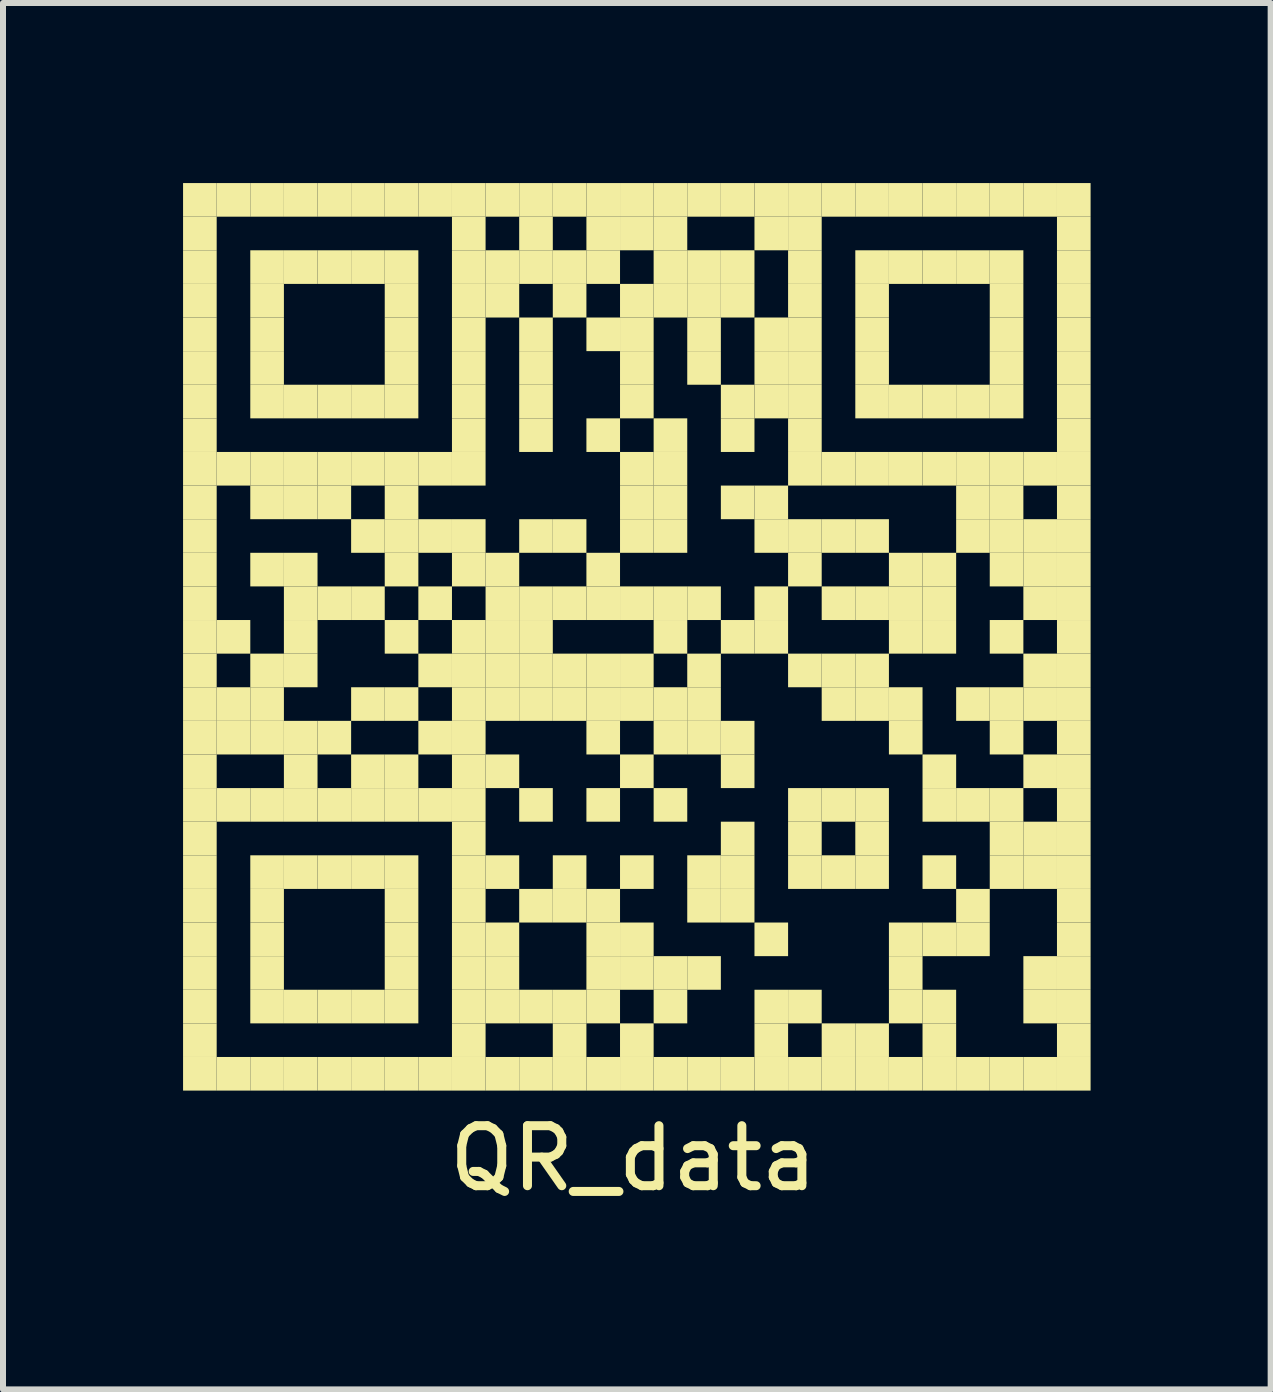
<source format=kicad_pcb>
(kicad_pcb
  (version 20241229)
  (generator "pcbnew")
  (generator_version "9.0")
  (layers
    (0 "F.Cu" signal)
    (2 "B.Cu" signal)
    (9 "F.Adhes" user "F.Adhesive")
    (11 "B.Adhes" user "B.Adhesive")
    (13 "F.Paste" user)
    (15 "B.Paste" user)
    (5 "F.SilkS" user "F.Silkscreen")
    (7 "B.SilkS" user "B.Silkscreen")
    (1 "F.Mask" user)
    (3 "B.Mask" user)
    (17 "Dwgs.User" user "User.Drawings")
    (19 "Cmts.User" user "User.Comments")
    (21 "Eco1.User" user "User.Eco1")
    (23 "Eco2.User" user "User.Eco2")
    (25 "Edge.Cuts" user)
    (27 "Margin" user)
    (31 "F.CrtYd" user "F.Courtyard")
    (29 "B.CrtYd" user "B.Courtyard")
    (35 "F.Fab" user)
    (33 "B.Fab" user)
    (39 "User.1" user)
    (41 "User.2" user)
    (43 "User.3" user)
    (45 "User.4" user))
  (footprint "QR_data"
    (layer "F.Cu")
    (at 7.5 7.5)
    (property "Reference" "QR_data" (at 0 8.75 0) (layer "F.SilkS") (effects (font (size 1 1) (thickness 0.15))))
    (attr exclude_from_pos_files exclude_from_bom)
    (fp_poly (pts (xy -7.5 -7.5) (xy -7.5 -6.94) (xy -6.94 -6.94) (xy -6.94 -7.5)) (stroke (width 0) (type solid)) (fill yes) (layer "F.SilkS"))
    (fp_poly (pts (xy -7.5 -6.94) (xy -7.5 -6.38) (xy -6.94 -6.38) (xy -6.94 -6.94)) (stroke (width 0) (type solid)) (fill yes) (layer "F.SilkS"))
    (fp_poly (pts (xy -7.5 -6.38) (xy -7.5 -5.82) (xy -6.94 -5.82) (xy -6.94 -6.38)) (stroke (width 0) (type solid)) (fill yes) (layer "F.SilkS"))
    (fp_poly (pts (xy -7.5 -5.82) (xy -7.5 -5.26) (xy -6.94 -5.26) (xy -6.94 -5.82)) (stroke (width 0) (type solid)) (fill yes) (layer "F.SilkS"))
    (fp_poly (pts (xy -7.5 -5.26) (xy -7.5 -4.7) (xy -6.94 -4.7) (xy -6.94 -5.26)) (stroke (width 0) (type solid)) (fill yes) (layer "F.SilkS"))
    (fp_poly (pts (xy -7.5 -4.7) (xy -7.5 -4.14) (xy -6.94 -4.14) (xy -6.94 -4.7)) (stroke (width 0) (type solid)) (fill yes) (layer "F.SilkS"))
    (fp_poly (pts (xy -7.5 -4.14) (xy -7.5 -3.58) (xy -6.94 -3.58) (xy -6.94 -4.14)) (stroke (width 0) (type solid)) (fill yes) (layer "F.SilkS"))
    (fp_poly (pts (xy -7.5 -3.58) (xy -7.5 -3.02) (xy -6.94 -3.02) (xy -6.94 -3.58)) (stroke (width 0) (type solid)) (fill yes) (layer "F.SilkS"))
    (fp_poly (pts (xy -7.5 -3.02) (xy -7.5 -2.46) (xy -6.94 -2.46) (xy -6.94 -3.02)) (stroke (width 0) (type solid)) (fill yes) (layer "F.SilkS"))
    (fp_poly (pts (xy -7.5 -2.46) (xy -7.5 -1.9) (xy -6.94 -1.9) (xy -6.94 -2.46)) (stroke (width 0) (type solid)) (fill yes) (layer "F.SilkS"))
    (fp_poly (pts (xy -7.5 -1.9) (xy -7.5 -1.34) (xy -6.94 -1.34) (xy -6.94 -1.9)) (stroke (width 0) (type solid)) (fill yes) (layer "F.SilkS"))
    (fp_poly (pts (xy -7.5 -1.34) (xy -7.5 -0.78) (xy -6.94 -0.78) (xy -6.94 -1.34)) (stroke (width 0) (type solid)) (fill yes) (layer "F.SilkS"))
    (fp_poly (pts (xy -7.5 -0.78) (xy -7.5 -0.22) (xy -6.94 -0.22) (xy -6.94 -0.78)) (stroke (width 0) (type solid)) (fill yes) (layer "F.SilkS"))
    (fp_poly (pts (xy -7.5 -0.22) (xy -7.5 0.34) (xy -6.94 0.34) (xy -6.94 -0.22)) (stroke (width 0) (type solid)) (fill yes) (layer "F.SilkS"))
    (fp_poly (pts (xy -7.5 0.34) (xy -7.5 0.9) (xy -6.94 0.9) (xy -6.94 0.34)) (stroke (width 0) (type solid)) (fill yes) (layer "F.SilkS"))
    (fp_poly (pts (xy -7.5 0.9) (xy -7.5 1.46) (xy -6.94 1.46) (xy -6.94 0.9)) (stroke (width 0) (type solid)) (fill yes) (layer "F.SilkS"))
    (fp_poly (pts (xy -7.5 1.46) (xy -7.5 2.02) (xy -6.94 2.02) (xy -6.94 1.46)) (stroke (width 0) (type solid)) (fill yes) (layer "F.SilkS"))
    (fp_poly (pts (xy -7.5 2.02) (xy -7.5 2.58) (xy -6.94 2.58) (xy -6.94 2.02)) (stroke (width 0) (type solid)) (fill yes) (layer "F.SilkS"))
    (fp_poly (pts (xy -7.5 2.58) (xy -7.5 3.14) (xy -6.94 3.14) (xy -6.94 2.58)) (stroke (width 0) (type solid)) (fill yes) (layer "F.SilkS"))
    (fp_poly (pts (xy -7.5 3.14) (xy -7.5 3.7) (xy -6.94 3.7) (xy -6.94 3.14)) (stroke (width 0) (type solid)) (fill yes) (layer "F.SilkS"))
    (fp_poly (pts (xy -7.5 3.7) (xy -7.5 4.26) (xy -6.94 4.26) (xy -6.94 3.7)) (stroke (width 0) (type solid)) (fill yes) (layer "F.SilkS"))
    (fp_poly (pts (xy -7.5 4.26) (xy -7.5 4.82) (xy -6.94 4.82) (xy -6.94 4.26)) (stroke (width 0) (type solid)) (fill yes) (layer "F.SilkS"))
    (fp_poly (pts (xy -7.5 4.82) (xy -7.5 5.38) (xy -6.94 5.38) (xy -6.94 4.82)) (stroke (width 0) (type solid)) (fill yes) (layer "F.SilkS"))
    (fp_poly (pts (xy -7.5 5.38) (xy -7.5 5.94) (xy -6.94 5.94) (xy -6.94 5.38)) (stroke (width 0) (type solid)) (fill yes) (layer "F.SilkS"))
    (fp_poly (pts (xy -7.5 5.94) (xy -7.5 6.5) (xy -6.94 6.5) (xy -6.94 5.94)) (stroke (width 0) (type solid)) (fill yes) (layer "F.SilkS"))
    (fp_poly (pts (xy -7.5 6.5) (xy -7.5 7.06) (xy -6.94 7.06) (xy -6.94 6.5)) (stroke (width 0) (type solid)) (fill yes) (layer "F.SilkS"))
    (fp_poly (pts (xy -7.5 7.06) (xy -7.5 7.62) (xy -6.94 7.62) (xy -6.94 7.06)) (stroke (width 0) (type solid)) (fill yes) (layer "F.SilkS"))
    (fp_poly (pts (xy -6.94 -7.5) (xy -6.94 -6.94) (xy -6.38 -6.94) (xy -6.38 -7.5)) (stroke (width 0) (type solid)) (fill yes) (layer "F.SilkS"))
    (fp_poly (pts (xy -6.94 -3.02) (xy -6.94 -2.46) (xy -6.38 -2.46) (xy -6.38 -3.02)) (stroke (width 0) (type solid)) (fill yes) (layer "F.SilkS"))
    (fp_poly (pts (xy -6.94 -0.22) (xy -6.94 0.34) (xy -6.38 0.34) (xy -6.38 -0.22)) (stroke (width 0) (type solid)) (fill yes) (layer "F.SilkS"))
    (fp_poly (pts (xy -6.94 0.9) (xy -6.94 1.46) (xy -6.38 1.46) (xy -6.38 0.9)) (stroke (width 0) (type solid)) (fill yes) (layer "F.SilkS"))
    (fp_poly (pts (xy -6.94 1.46) (xy -6.94 2.02) (xy -6.38 2.02) (xy -6.38 1.46)) (stroke (width 0) (type solid)) (fill yes) (layer "F.SilkS"))
    (fp_poly (pts (xy -6.94 2.58) (xy -6.94 3.14) (xy -6.38 3.14) (xy -6.38 2.58)) (stroke (width 0) (type solid)) (fill yes) (layer "F.SilkS"))
    (fp_poly (pts (xy -6.94 7.06) (xy -6.94 7.62) (xy -6.38 7.62) (xy -6.38 7.06)) (stroke (width 0) (type solid)) (fill yes) (layer "F.SilkS"))
    (fp_poly (pts (xy -6.38 -7.5) (xy -6.38 -6.94) (xy -5.82 -6.94) (xy -5.82 -7.5)) (stroke (width 0) (type solid)) (fill yes) (layer "F.SilkS"))
    (fp_poly (pts (xy -6.38 -6.38) (xy -6.38 -5.82) (xy -5.82 -5.82) (xy -5.82 -6.38)) (stroke (width 0) (type solid)) (fill yes) (layer "F.SilkS"))
    (fp_poly (pts (xy -6.38 -5.82) (xy -6.38 -5.26) (xy -5.82 -5.26) (xy -5.82 -5.82)) (stroke (width 0) (type solid)) (fill yes) (layer "F.SilkS"))
    (fp_poly (pts (xy -6.38 -5.26) (xy -6.38 -4.7) (xy -5.82 -4.7) (xy -5.82 -5.26)) (stroke (width 0) (type solid)) (fill yes) (layer "F.SilkS"))
    (fp_poly (pts (xy -6.38 -4.7) (xy -6.38 -4.14) (xy -5.82 -4.14) (xy -5.82 -4.7)) (stroke (width 0) (type solid)) (fill yes) (layer "F.SilkS"))
    (fp_poly (pts (xy -6.38 -4.14) (xy -6.38 -3.58) (xy -5.82 -3.58) (xy -5.82 -4.14)) (stroke (width 0) (type solid)) (fill yes) (layer "F.SilkS"))
    (fp_poly (pts (xy -6.38 -3.02) (xy -6.38 -2.46) (xy -5.82 -2.46) (xy -5.82 -3.02)) (stroke (width 0) (type solid)) (fill yes) (layer "F.SilkS"))
    (fp_poly (pts (xy -6.38 -2.46) (xy -6.38 -1.9) (xy -5.82 -1.9) (xy -5.82 -2.46)) (stroke (width 0) (type solid)) (fill yes) (layer "F.SilkS"))
    (fp_poly (pts (xy -6.38 -1.34) (xy -6.38 -0.78) (xy -5.82 -0.78) (xy -5.82 -1.34)) (stroke (width 0) (type solid)) (fill yes) (layer "F.SilkS"))
    (fp_poly (pts (xy -6.38 0.34) (xy -6.38 0.9) (xy -5.82 0.9) (xy -5.82 0.34)) (stroke (width 0) (type solid)) (fill yes) (layer "F.SilkS"))
    (fp_poly (pts (xy -6.38 0.9) (xy -6.38 1.46) (xy -5.82 1.46) (xy -5.82 0.9)) (stroke (width 0) (type solid)) (fill yes) (layer "F.SilkS"))
    (fp_poly (pts (xy -6.38 1.46) (xy -6.38 2.02) (xy -5.82 2.02) (xy -5.82 1.46)) (stroke (width 0) (type solid)) (fill yes) (layer "F.SilkS"))
    (fp_poly (pts (xy -6.38 2.58) (xy -6.38 3.14) (xy -5.82 3.14) (xy -5.82 2.58)) (stroke (width 0) (type solid)) (fill yes) (layer "F.SilkS"))
    (fp_poly (pts (xy -6.38 3.7) (xy -6.38 4.26) (xy -5.82 4.26) (xy -5.82 3.7)) (stroke (width 0) (type solid)) (fill yes) (layer "F.SilkS"))
    (fp_poly (pts (xy -6.38 4.26) (xy -6.38 4.82) (xy -5.82 4.82) (xy -5.82 4.26)) (stroke (width 0) (type solid)) (fill yes) (layer "F.SilkS"))
    (fp_poly (pts (xy -6.38 4.82) (xy -6.38 5.38) (xy -5.82 5.38) (xy -5.82 4.82)) (stroke (width 0) (type solid)) (fill yes) (layer "F.SilkS"))
    (fp_poly (pts (xy -6.38 5.38) (xy -6.38 5.94) (xy -5.82 5.94) (xy -5.82 5.38)) (stroke (width 0) (type solid)) (fill yes) (layer "F.SilkS"))
    (fp_poly (pts (xy -6.38 5.94) (xy -6.38 6.5) (xy -5.82 6.5) (xy -5.82 5.94)) (stroke (width 0) (type solid)) (fill yes) (layer "F.SilkS"))
    (fp_poly (pts (xy -6.38 7.06) (xy -6.38 7.62) (xy -5.82 7.62) (xy -5.82 7.06)) (stroke (width 0) (type solid)) (fill yes) (layer "F.SilkS"))
    (fp_poly (pts (xy -5.82 -7.5) (xy -5.82 -6.94) (xy -5.26 -6.94) (xy -5.26 -7.5)) (stroke (width 0) (type solid)) (fill yes) (layer "F.SilkS"))
    (fp_poly (pts (xy -5.82 -6.38) (xy -5.82 -5.82) (xy -5.26 -5.82) (xy -5.26 -6.38)) (stroke (width 0) (type solid)) (fill yes) (layer "F.SilkS"))
    (fp_poly (pts (xy -5.82 -4.14) (xy -5.82 -3.58) (xy -5.26 -3.58) (xy -5.26 -4.14)) (stroke (width 0) (type solid)) (fill yes) (layer "F.SilkS"))
    (fp_poly (pts (xy -5.82 -3.02) (xy -5.82 -2.46) (xy -5.26 -2.46) (xy -5.26 -3.02)) (stroke (width 0) (type solid)) (fill yes) (layer "F.SilkS"))
    (fp_poly (pts (xy -5.82 -2.46) (xy -5.82 -1.9) (xy -5.26 -1.9) (xy -5.26 -2.46)) (stroke (width 0) (type solid)) (fill yes) (layer "F.SilkS"))
    (fp_poly (pts (xy -5.82 -1.34) (xy -5.82 -0.78) (xy -5.26 -0.78) (xy -5.26 -1.34)) (stroke (width 0) (type solid)) (fill yes) (layer "F.SilkS"))
    (fp_poly (pts (xy -5.82 -0.78) (xy -5.82 -0.22) (xy -5.26 -0.22) (xy -5.26 -0.78)) (stroke (width 0) (type solid)) (fill yes) (layer "F.SilkS"))
    (fp_poly (pts (xy -5.82 -0.22) (xy -5.82 0.34) (xy -5.26 0.34) (xy -5.26 -0.22)) (stroke (width 0) (type solid)) (fill yes) (layer "F.SilkS"))
    (fp_poly (pts (xy -5.82 0.34) (xy -5.82 0.9) (xy -5.26 0.9) (xy -5.26 0.34)) (stroke (width 0) (type solid)) (fill yes) (layer "F.SilkS"))
    (fp_poly (pts (xy -5.82 1.46) (xy -5.82 2.02) (xy -5.26 2.02) (xy -5.26 1.46)) (stroke (width 0) (type solid)) (fill yes) (layer "F.SilkS"))
    (fp_poly (pts (xy -5.82 2.02) (xy -5.82 2.58) (xy -5.26 2.58) (xy -5.26 2.02)) (stroke (width 0) (type solid)) (fill yes) (layer "F.SilkS"))
    (fp_poly (pts (xy -5.82 2.58) (xy -5.82 3.14) (xy -5.26 3.14) (xy -5.26 2.58)) (stroke (width 0) (type solid)) (fill yes) (layer "F.SilkS"))
    (fp_poly (pts (xy -5.82 3.7) (xy -5.82 4.26) (xy -5.26 4.26) (xy -5.26 3.7)) (stroke (width 0) (type solid)) (fill yes) (layer "F.SilkS"))
    (fp_poly (pts (xy -5.82 5.94) (xy -5.82 6.5) (xy -5.26 6.5) (xy -5.26 5.94)) (stroke (width 0) (type solid)) (fill yes) (layer "F.SilkS"))
    (fp_poly (pts (xy -5.82 7.06) (xy -5.82 7.62) (xy -5.26 7.62) (xy -5.26 7.06)) (stroke (width 0) (type solid)) (fill yes) (layer "F.SilkS"))
    (fp_poly (pts (xy -5.26 -7.5) (xy -5.26 -6.94) (xy -4.7 -6.94) (xy -4.7 -7.5)) (stroke (width 0) (type solid)) (fill yes) (layer "F.SilkS"))
    (fp_poly (pts (xy -5.26 -6.38) (xy -5.26 -5.82) (xy -4.7 -5.82) (xy -4.7 -6.38)) (stroke (width 0) (type solid)) (fill yes) (layer "F.SilkS"))
    (fp_poly (pts (xy -5.26 -4.14) (xy -5.26 -3.58) (xy -4.7 -3.58) (xy -4.7 -4.14)) (stroke (width 0) (type solid)) (fill yes) (layer "F.SilkS"))
    (fp_poly (pts (xy -5.26 -3.02) (xy -5.26 -2.46) (xy -4.7 -2.46) (xy -4.7 -3.02)) (stroke (width 0) (type solid)) (fill yes) (layer "F.SilkS"))
    (fp_poly (pts (xy -5.26 -2.46) (xy -5.26 -1.9) (xy -4.7 -1.9) (xy -4.7 -2.46)) (stroke (width 0) (type solid)) (fill yes) (layer "F.SilkS"))
    (fp_poly (pts (xy -5.26 -0.78) (xy -5.26 -0.22) (xy -4.7 -0.22) (xy -4.7 -0.78)) (stroke (width 0) (type solid)) (fill yes) (layer "F.SilkS"))
    (fp_poly (pts (xy -5.26 1.46) (xy -5.26 2.02) (xy -4.7 2.02) (xy -4.7 1.46)) (stroke (width 0) (type solid)) (fill yes) (layer "F.SilkS"))
    (fp_poly (pts (xy -5.26 2.58) (xy -5.26 3.14) (xy -4.7 3.14) (xy -4.7 2.58)) (stroke (width 0) (type solid)) (fill yes) (layer "F.SilkS"))
    (fp_poly (pts (xy -5.26 3.7) (xy -5.26 4.26) (xy -4.7 4.26) (xy -4.7 3.7)) (stroke (width 0) (type solid)) (fill yes) (layer "F.SilkS"))
    (fp_poly (pts (xy -5.26 5.94) (xy -5.26 6.5) (xy -4.7 6.5) (xy -4.7 5.94)) (stroke (width 0) (type solid)) (fill yes) (layer "F.SilkS"))
    (fp_poly (pts (xy -5.26 7.06) (xy -5.26 7.62) (xy -4.7 7.62) (xy -4.7 7.06)) (stroke (width 0) (type solid)) (fill yes) (layer "F.SilkS"))
    (fp_poly (pts (xy -4.7 -7.5) (xy -4.7 -6.94) (xy -4.14 -6.94) (xy -4.14 -7.5)) (stroke (width 0) (type solid)) (fill yes) (layer "F.SilkS"))
    (fp_poly (pts (xy -4.7 -6.38) (xy -4.7 -5.82) (xy -4.14 -5.82) (xy -4.14 -6.38)) (stroke (width 0) (type solid)) (fill yes) (layer "F.SilkS"))
    (fp_poly (pts (xy -4.7 -4.14) (xy -4.7 -3.58) (xy -4.14 -3.58) (xy -4.14 -4.14)) (stroke (width 0) (type solid)) (fill yes) (layer "F.SilkS"))
    (fp_poly (pts (xy -4.7 -3.02) (xy -4.7 -2.46) (xy -4.14 -2.46) (xy -4.14 -3.02)) (stroke (width 0) (type solid)) (fill yes) (layer "F.SilkS"))
    (fp_poly (pts (xy -4.7 -1.9) (xy -4.7 -1.34) (xy -4.14 -1.34) (xy -4.14 -1.9)) (stroke (width 0) (type solid)) (fill yes) (layer "F.SilkS"))
    (fp_poly (pts (xy -4.7 -0.78) (xy -4.7 -0.22) (xy -4.14 -0.22) (xy -4.14 -0.78)) (stroke (width 0) (type solid)) (fill yes) (layer "F.SilkS"))
    (fp_poly (pts (xy -4.7 0.9) (xy -4.7 1.46) (xy -4.14 1.46) (xy -4.14 0.9)) (stroke (width 0) (type solid)) (fill yes) (layer "F.SilkS"))
    (fp_poly (pts (xy -4.7 2.02) (xy -4.7 2.58) (xy -4.14 2.58) (xy -4.14 2.02)) (stroke (width 0) (type solid)) (fill yes) (layer "F.SilkS"))
    (fp_poly (pts (xy -4.7 2.58) (xy -4.7 3.14) (xy -4.14 3.14) (xy -4.14 2.58)) (stroke (width 0) (type solid)) (fill yes) (layer "F.SilkS"))
    (fp_poly (pts (xy -4.7 3.7) (xy -4.7 4.26) (xy -4.14 4.26) (xy -4.14 3.7)) (stroke (width 0) (type solid)) (fill yes) (layer "F.SilkS"))
    (fp_poly (pts (xy -4.7 5.94) (xy -4.7 6.5) (xy -4.14 6.5) (xy -4.14 5.94)) (stroke (width 0) (type solid)) (fill yes) (layer "F.SilkS"))
    (fp_poly (pts (xy -4.7 7.06) (xy -4.7 7.62) (xy -4.14 7.62) (xy -4.14 7.06)) (stroke (width 0) (type solid)) (fill yes) (layer "F.SilkS"))
    (fp_poly (pts (xy -4.14 -7.5) (xy -4.14 -6.94) (xy -3.58 -6.94) (xy -3.58 -7.5)) (stroke (width 0) (type solid)) (fill yes) (layer "F.SilkS"))
    (fp_poly (pts (xy -4.14 -6.38) (xy -4.14 -5.82) (xy -3.58 -5.82) (xy -3.58 -6.38)) (stroke (width 0) (type solid)) (fill yes) (layer "F.SilkS"))
    (fp_poly (pts (xy -4.14 -5.82) (xy -4.14 -5.26) (xy -3.58 -5.26) (xy -3.58 -5.82)) (stroke (width 0) (type solid)) (fill yes) (layer "F.SilkS"))
    (fp_poly (pts (xy -4.14 -5.26) (xy -4.14 -4.7) (xy -3.58 -4.7) (xy -3.58 -5.26)) (stroke (width 0) (type solid)) (fill yes) (layer "F.SilkS"))
    (fp_poly (pts (xy -4.14 -4.7) (xy -4.14 -4.14) (xy -3.58 -4.14) (xy -3.58 -4.7)) (stroke (width 0) (type solid)) (fill yes) (layer "F.SilkS"))
    (fp_poly (pts (xy -4.14 -4.14) (xy -4.14 -3.58) (xy -3.58 -3.58) (xy -3.58 -4.14)) (stroke (width 0) (type solid)) (fill yes) (layer "F.SilkS"))
    (fp_poly (pts (xy -4.14 -3.02) (xy -4.14 -2.46) (xy -3.58 -2.46) (xy -3.58 -3.02)) (stroke (width 0) (type solid)) (fill yes) (layer "F.SilkS"))
    (fp_poly (pts (xy -4.14 -2.46) (xy -4.14 -1.9) (xy -3.58 -1.9) (xy -3.58 -2.46)) (stroke (width 0) (type solid)) (fill yes) (layer "F.SilkS"))
    (fp_poly (pts (xy -4.14 -1.9) (xy -4.14 -1.34) (xy -3.58 -1.34) (xy -3.58 -1.9)) (stroke (width 0) (type solid)) (fill yes) (layer "F.SilkS"))
    (fp_poly (pts (xy -4.14 -1.34) (xy -4.14 -0.78) (xy -3.58 -0.78) (xy -3.58 -1.34)) (stroke (width 0) (type solid)) (fill yes) (layer "F.SilkS"))
    (fp_poly (pts (xy -4.14 -0.22) (xy -4.14 0.34) (xy -3.58 0.34) (xy -3.58 -0.22)) (stroke (width 0) (type solid)) (fill yes) (layer "F.SilkS"))
    (fp_poly (pts (xy -4.14 0.9) (xy -4.14 1.46) (xy -3.58 1.46) (xy -3.58 0.9)) (stroke (width 0) (type solid)) (fill yes) (layer "F.SilkS"))
    (fp_poly (pts (xy -4.14 2.02) (xy -4.14 2.58) (xy -3.58 2.58) (xy -3.58 2.02)) (stroke (width 0) (type solid)) (fill yes) (layer "F.SilkS"))
    (fp_poly (pts (xy -4.14 2.58) (xy -4.14 3.14) (xy -3.58 3.14) (xy -3.58 2.58)) (stroke (width 0) (type solid)) (fill yes) (layer "F.SilkS"))
    (fp_poly (pts (xy -4.14 3.7) (xy -4.14 4.26) (xy -3.58 4.26) (xy -3.58 3.7)) (stroke (width 0) (type solid)) (fill yes) (layer "F.SilkS"))
    (fp_poly (pts (xy -4.14 4.26) (xy -4.14 4.82) (xy -3.58 4.82) (xy -3.58 4.26)) (stroke (width 0) (type solid)) (fill yes) (layer "F.SilkS"))
    (fp_poly (pts (xy -4.14 4.82) (xy -4.14 5.38) (xy -3.58 5.38) (xy -3.58 4.82)) (stroke (width 0) (type solid)) (fill yes) (layer "F.SilkS"))
    (fp_poly (pts (xy -4.14 5.38) (xy -4.14 5.94) (xy -3.58 5.94) (xy -3.58 5.38)) (stroke (width 0) (type solid)) (fill yes) (layer "F.SilkS"))
    (fp_poly (pts (xy -4.14 5.94) (xy -4.14 6.5) (xy -3.58 6.5) (xy -3.58 5.94)) (stroke (width 0) (type solid)) (fill yes) (layer "F.SilkS"))
    (fp_poly (pts (xy -4.14 7.06) (xy -4.14 7.62) (xy -3.58 7.62) (xy -3.58 7.06)) (stroke (width 0) (type solid)) (fill yes) (layer "F.SilkS"))
    (fp_poly (pts (xy -3.58 -7.5) (xy -3.58 -6.94) (xy -3.02 -6.94) (xy -3.02 -7.5)) (stroke (width 0) (type solid)) (fill yes) (layer "F.SilkS"))
    (fp_poly (pts (xy -3.58 -3.02) (xy -3.58 -2.46) (xy -3.02 -2.46) (xy -3.02 -3.02)) (stroke (width 0) (type solid)) (fill yes) (layer "F.SilkS"))
    (fp_poly (pts (xy -3.58 -1.9) (xy -3.58 -1.34) (xy -3.02 -1.34) (xy -3.02 -1.9)) (stroke (width 0) (type solid)) (fill yes) (layer "F.SilkS"))
    (fp_poly (pts (xy -3.58 -0.78) (xy -3.58 -0.22) (xy -3.02 -0.22) (xy -3.02 -0.78)) (stroke (width 0) (type solid)) (fill yes) (layer "F.SilkS"))
    (fp_poly (pts (xy -3.58 0.34) (xy -3.58 0.9) (xy -3.02 0.9) (xy -3.02 0.34)) (stroke (width 0) (type solid)) (fill yes) (layer "F.SilkS"))
    (fp_poly (pts (xy -3.58 1.46) (xy -3.58 2.02) (xy -3.02 2.02) (xy -3.02 1.46)) (stroke (width 0) (type solid)) (fill yes) (layer "F.SilkS"))
    (fp_poly (pts (xy -3.58 2.58) (xy -3.58 3.14) (xy -3.02 3.14) (xy -3.02 2.58)) (stroke (width 0) (type solid)) (fill yes) (layer "F.SilkS"))
    (fp_poly (pts (xy -3.58 7.06) (xy -3.58 7.62) (xy -3.02 7.62) (xy -3.02 7.06)) (stroke (width 0) (type solid)) (fill yes) (layer "F.SilkS"))
    (fp_poly (pts (xy -3.02 -7.5) (xy -3.02 -6.94) (xy -2.46 -6.94) (xy -2.46 -7.5)) (stroke (width 0) (type solid)) (fill yes) (layer "F.SilkS"))
    (fp_poly (pts (xy -3.02 -6.94) (xy -3.02 -6.38) (xy -2.46 -6.38) (xy -2.46 -6.94)) (stroke (width 0) (type solid)) (fill yes) (layer "F.SilkS"))
    (fp_poly (pts (xy -3.02 -6.38) (xy -3.02 -5.82) (xy -2.46 -5.82) (xy -2.46 -6.38)) (stroke (width 0) (type solid)) (fill yes) (layer "F.SilkS"))
    (fp_poly (pts (xy -3.02 -5.82) (xy -3.02 -5.26) (xy -2.46 -5.26) (xy -2.46 -5.82)) (stroke (width 0) (type solid)) (fill yes) (layer "F.SilkS"))
    (fp_poly (pts (xy -3.02 -5.26) (xy -3.02 -4.7) (xy -2.46 -4.7) (xy -2.46 -5.26)) (stroke (width 0) (type solid)) (fill yes) (layer "F.SilkS"))
    (fp_poly (pts (xy -3.02 -4.7) (xy -3.02 -4.14) (xy -2.46 -4.14) (xy -2.46 -4.7)) (stroke (width 0) (type solid)) (fill yes) (layer "F.SilkS"))
    (fp_poly (pts (xy -3.02 -4.14) (xy -3.02 -3.58) (xy -2.46 -3.58) (xy -2.46 -4.14)) (stroke (width 0) (type solid)) (fill yes) (layer "F.SilkS"))
    (fp_poly (pts (xy -3.02 -3.58) (xy -3.02 -3.02) (xy -2.46 -3.02) (xy -2.46 -3.58)) (stroke (width 0) (type solid)) (fill yes) (layer "F.SilkS"))
    (fp_poly (pts (xy -3.02 -3.02) (xy -3.02 -2.46) (xy -2.46 -2.46) (xy -2.46 -3.02)) (stroke (width 0) (type solid)) (fill yes) (layer "F.SilkS"))
    (fp_poly (pts (xy -3.02 -1.9) (xy -3.02 -1.34) (xy -2.46 -1.34) (xy -2.46 -1.9)) (stroke (width 0) (type solid)) (fill yes) (layer "F.SilkS"))
    (fp_poly (pts (xy -3.02 -1.34) (xy -3.02 -0.78) (xy -2.46 -0.78) (xy -2.46 -1.34)) (stroke (width 0) (type solid)) (fill yes) (layer "F.SilkS"))
    (fp_poly (pts (xy -3.02 -0.22) (xy -3.02 0.34) (xy -2.46 0.34) (xy -2.46 -0.22)) (stroke (width 0) (type solid)) (fill yes) (layer "F.SilkS"))
    (fp_poly (pts (xy -3.02 0.34) (xy -3.02 0.9) (xy -2.46 0.9) (xy -2.46 0.34)) (stroke (width 0) (type solid)) (fill yes) (layer "F.SilkS"))
    (fp_poly (pts (xy -3.02 0.9) (xy -3.02 1.46) (xy -2.46 1.46) (xy -2.46 0.9)) (stroke (width 0) (type solid)) (fill yes) (layer "F.SilkS"))
    (fp_poly (pts (xy -3.02 1.46) (xy -3.02 2.02) (xy -2.46 2.02) (xy -2.46 1.46)) (stroke (width 0) (type solid)) (fill yes) (layer "F.SilkS"))
    (fp_poly (pts (xy -3.02 2.02) (xy -3.02 2.58) (xy -2.46 2.58) (xy -2.46 2.02)) (stroke (width 0) (type solid)) (fill yes) (layer "F.SilkS"))
    (fp_poly (pts (xy -3.02 2.58) (xy -3.02 3.14) (xy -2.46 3.14) (xy -2.46 2.58)) (stroke (width 0) (type solid)) (fill yes) (layer "F.SilkS"))
    (fp_poly (pts (xy -3.02 3.14) (xy -3.02 3.7) (xy -2.46 3.7) (xy -2.46 3.14)) (stroke (width 0) (type solid)) (fill yes) (layer "F.SilkS"))
    (fp_poly (pts (xy -3.02 3.7) (xy -3.02 4.26) (xy -2.46 4.26) (xy -2.46 3.7)) (stroke (width 0) (type solid)) (fill yes) (layer "F.SilkS"))
    (fp_poly (pts (xy -3.02 4.26) (xy -3.02 4.82) (xy -2.46 4.82) (xy -2.46 4.26)) (stroke (width 0) (type solid)) (fill yes) (layer "F.SilkS"))
    (fp_poly (pts (xy -3.02 4.82) (xy -3.02 5.38) (xy -2.46 5.38) (xy -2.46 4.82)) (stroke (width 0) (type solid)) (fill yes) (layer "F.SilkS"))
    (fp_poly (pts (xy -3.02 5.38) (xy -3.02 5.94) (xy -2.46 5.94) (xy -2.46 5.38)) (stroke (width 0) (type solid)) (fill yes) (layer "F.SilkS"))
    (fp_poly (pts (xy -3.02 5.94) (xy -3.02 6.5) (xy -2.46 6.5) (xy -2.46 5.94)) (stroke (width 0) (type solid)) (fill yes) (layer "F.SilkS"))
    (fp_poly (pts (xy -3.02 6.5) (xy -3.02 7.06) (xy -2.46 7.06) (xy -2.46 6.5)) (stroke (width 0) (type solid)) (fill yes) (layer "F.SilkS"))
    (fp_poly (pts (xy -3.02 7.06) (xy -3.02 7.62) (xy -2.46 7.62) (xy -2.46 7.06)) (stroke (width 0) (type solid)) (fill yes) (layer "F.SilkS"))
    (fp_poly (pts (xy -2.46 -7.5) (xy -2.46 -6.94) (xy -1.9 -6.94) (xy -1.9 -7.5)) (stroke (width 0) (type solid)) (fill yes) (layer "F.SilkS"))
    (fp_poly (pts (xy -2.46 -6.38) (xy -2.46 -5.82) (xy -1.9 -5.82) (xy -1.9 -6.38)) (stroke (width 0) (type solid)) (fill yes) (layer "F.SilkS"))
    (fp_poly (pts (xy -2.46 -5.82) (xy -2.46 -5.26) (xy -1.9 -5.26) (xy -1.9 -5.82)) (stroke (width 0) (type solid)) (fill yes) (layer "F.SilkS"))
    (fp_poly (pts (xy -2.46 -1.34) (xy -2.46 -0.78) (xy -1.9 -0.78) (xy -1.9 -1.34)) (stroke (width 0) (type solid)) (fill yes) (layer "F.SilkS"))
    (fp_poly (pts (xy -2.46 -0.78) (xy -2.46 -0.22) (xy -1.9 -0.22) (xy -1.9 -0.78)) (stroke (width 0) (type solid)) (fill yes) (layer "F.SilkS"))
    (fp_poly (pts (xy -2.46 -0.22) (xy -2.46 0.34) (xy -1.9 0.34) (xy -1.9 -0.22)) (stroke (width 0) (type solid)) (fill yes) (layer "F.SilkS"))
    (fp_poly (pts (xy -2.46 0.34) (xy -2.46 0.9) (xy -1.9 0.9) (xy -1.9 0.34)) (stroke (width 0) (type solid)) (fill yes) (layer "F.SilkS"))
    (fp_poly (pts (xy -2.46 0.9) (xy -2.46 1.46) (xy -1.9 1.46) (xy -1.9 0.9)) (stroke (width 0) (type solid)) (fill yes) (layer "F.SilkS"))
    (fp_poly (pts (xy -2.46 2.02) (xy -2.46 2.58) (xy -1.9 2.58) (xy -1.9 2.02)) (stroke (width 0) (type solid)) (fill yes) (layer "F.SilkS"))
    (fp_poly (pts (xy -2.46 3.7) (xy -2.46 4.26) (xy -1.9 4.26) (xy -1.9 3.7)) (stroke (width 0) (type solid)) (fill yes) (layer "F.SilkS"))
    (fp_poly (pts (xy -2.46 4.82) (xy -2.46 5.38) (xy -1.9 5.38) (xy -1.9 4.82)) (stroke (width 0) (type solid)) (fill yes) (layer "F.SilkS"))
    (fp_poly (pts (xy -2.46 5.38) (xy -2.46 5.94) (xy -1.9 5.94) (xy -1.9 5.38)) (stroke (width 0) (type solid)) (fill yes) (layer "F.SilkS"))
    (fp_poly (pts (xy -2.46 5.94) (xy -2.46 6.5) (xy -1.9 6.5) (xy -1.9 5.94)) (stroke (width 0) (type solid)) (fill yes) (layer "F.SilkS"))
    (fp_poly (pts (xy -2.46 7.06) (xy -2.46 7.62) (xy -1.9 7.62) (xy -1.9 7.06)) (stroke (width 0) (type solid)) (fill yes) (layer "F.SilkS"))
    (fp_poly (pts (xy -1.9 -7.5) (xy -1.9 -6.94) (xy -1.34 -6.94) (xy -1.34 -7.5)) (stroke (width 0) (type solid)) (fill yes) (layer "F.SilkS"))
    (fp_poly (pts (xy -1.9 -6.94) (xy -1.9 -6.38) (xy -1.34 -6.38) (xy -1.34 -6.94)) (stroke (width 0) (type solid)) (fill yes) (layer "F.SilkS"))
    (fp_poly (pts (xy -1.9 -6.38) (xy -1.9 -5.82) (xy -1.34 -5.82) (xy -1.34 -6.38)) (stroke (width 0) (type solid)) (fill yes) (layer "F.SilkS"))
    (fp_poly (pts (xy -1.9 -5.26) (xy -1.9 -4.7) (xy -1.34 -4.7) (xy -1.34 -5.26)) (stroke (width 0) (type solid)) (fill yes) (layer "F.SilkS"))
    (fp_poly (pts (xy -1.9 -4.7) (xy -1.9 -4.14) (xy -1.34 -4.14) (xy -1.34 -4.7)) (stroke (width 0) (type solid)) (fill yes) (layer "F.SilkS"))
    (fp_poly (pts (xy -1.9 -4.14) (xy -1.9 -3.58) (xy -1.34 -3.58) (xy -1.34 -4.14)) (stroke (width 0) (type solid)) (fill yes) (layer "F.SilkS"))
    (fp_poly (pts (xy -1.9 -3.58) (xy -1.9 -3.02) (xy -1.34 -3.02) (xy -1.34 -3.58)) (stroke (width 0) (type solid)) (fill yes) (layer "F.SilkS"))
    (fp_poly (pts (xy -1.9 -1.9) (xy -1.9 -1.34) (xy -1.34 -1.34) (xy -1.34 -1.9)) (stroke (width 0) (type solid)) (fill yes) (layer "F.SilkS"))
    (fp_poly (pts (xy -1.9 -0.78) (xy -1.9 -0.22) (xy -1.34 -0.22) (xy -1.34 -0.78)) (stroke (width 0) (type solid)) (fill yes) (layer "F.SilkS"))
    (fp_poly (pts (xy -1.9 -0.22) (xy -1.9 0.34) (xy -1.34 0.34) (xy -1.34 -0.22)) (stroke (width 0) (type solid)) (fill yes) (layer "F.SilkS"))
    (fp_poly (pts (xy -1.9 0.34) (xy -1.9 0.9) (xy -1.34 0.9) (xy -1.34 0.34)) (stroke (width 0) (type solid)) (fill yes) (layer "F.SilkS"))
    (fp_poly (pts (xy -1.9 0.9) (xy -1.9 1.46) (xy -1.34 1.46) (xy -1.34 0.9)) (stroke (width 0) (type solid)) (fill yes) (layer "F.SilkS"))
    (fp_poly (pts (xy -1.9 2.58) (xy -1.9 3.14) (xy -1.34 3.14) (xy -1.34 2.58)) (stroke (width 0) (type solid)) (fill yes) (layer "F.SilkS"))
    (fp_poly (pts (xy -1.9 4.26) (xy -1.9 4.82) (xy -1.34 4.82) (xy -1.34 4.26)) (stroke (width 0) (type solid)) (fill yes) (layer "F.SilkS"))
    (fp_poly (pts (xy -1.9 5.94) (xy -1.9 6.5) (xy -1.34 6.5) (xy -1.34 5.94)) (stroke (width 0) (type solid)) (fill yes) (layer "F.SilkS"))
    (fp_poly (pts (xy -1.9 7.06) (xy -1.9 7.62) (xy -1.34 7.62) (xy -1.34 7.06)) (stroke (width 0) (type solid)) (fill yes) (layer "F.SilkS"))
    (fp_poly (pts (xy -1.34 -7.5) (xy -1.34 -6.94) (xy -0.78 -6.94) (xy -0.78 -7.5)) (stroke (width 0) (type solid)) (fill yes) (layer "F.SilkS"))
    (fp_poly (pts (xy -1.34 -6.38) (xy -1.34 -5.82) (xy -0.78 -5.82) (xy -0.78 -6.38)) (stroke (width 0) (type solid)) (fill yes) (layer "F.SilkS"))
    (fp_poly (pts (xy -1.34 -5.82) (xy -1.34 -5.26) (xy -0.78 -5.26) (xy -0.78 -5.82)) (stroke (width 0) (type solid)) (fill yes) (layer "F.SilkS"))
    (fp_poly (pts (xy -1.34 -1.9) (xy -1.34 -1.34) (xy -0.78 -1.34) (xy -0.78 -1.9)) (stroke (width 0) (type solid)) (fill yes) (layer "F.SilkS"))
    (fp_poly (pts (xy -1.34 -0.78) (xy -1.34 -0.22) (xy -0.78 -0.22) (xy -0.78 -0.78)) (stroke (width 0) (type solid)) (fill yes) (layer "F.SilkS"))
    (fp_poly (pts (xy -1.34 0.34) (xy -1.34 0.9) (xy -0.78 0.9) (xy -0.78 0.34)) (stroke (width 0) (type solid)) (fill yes) (layer "F.SilkS"))
    (fp_poly (pts (xy -1.34 0.9) (xy -1.34 1.46) (xy -0.78 1.46) (xy -0.78 0.9)) (stroke (width 0) (type solid)) (fill yes) (layer "F.SilkS"))
    (fp_poly (pts (xy -1.34 3.7) (xy -1.34 4.26) (xy -0.78 4.26) (xy -0.78 3.7)) (stroke (width 0) (type solid)) (fill yes) (layer "F.SilkS"))
    (fp_poly (pts (xy -1.34 4.26) (xy -1.34 4.82) (xy -0.78 4.82) (xy -0.78 4.26)) (stroke (width 0) (type solid)) (fill yes) (layer "F.SilkS"))
    (fp_poly (pts (xy -1.34 5.94) (xy -1.34 6.5) (xy -0.78 6.5) (xy -0.78 5.94)) (stroke (width 0) (type solid)) (fill yes) (layer "F.SilkS"))
    (fp_poly (pts (xy -1.34 6.5) (xy -1.34 7.06) (xy -0.78 7.06) (xy -0.78 6.5)) (stroke (width 0) (type solid)) (fill yes) (layer "F.SilkS"))
    (fp_poly (pts (xy -1.34 7.06) (xy -1.34 7.62) (xy -0.78 7.62) (xy -0.78 7.06)) (stroke (width 0) (type solid)) (fill yes) (layer "F.SilkS"))
    (fp_poly (pts (xy -0.78 -7.5) (xy -0.78 -6.94) (xy -0.22 -6.94) (xy -0.22 -7.5)) (stroke (width 0) (type solid)) (fill yes) (layer "F.SilkS"))
    (fp_poly (pts (xy -0.78 -6.94) (xy -0.78 -6.38) (xy -0.22 -6.38) (xy -0.22 -6.94)) (stroke (width 0) (type solid)) (fill yes) (layer "F.SilkS"))
    (fp_poly (pts (xy -0.78 -6.38) (xy -0.78 -5.82) (xy -0.22 -5.82) (xy -0.22 -6.38)) (stroke (width 0) (type solid)) (fill yes) (layer "F.SilkS"))
    (fp_poly (pts (xy -0.78 -5.26) (xy -0.78 -4.7) (xy -0.22 -4.7) (xy -0.22 -5.26)) (stroke (width 0) (type solid)) (fill yes) (layer "F.SilkS"))
    (fp_poly (pts (xy -0.78 -3.58) (xy -0.78 -3.02) (xy -0.22 -3.02) (xy -0.22 -3.58)) (stroke (width 0) (type solid)) (fill yes) (layer "F.SilkS"))
    (fp_poly (pts (xy -0.78 -1.34) (xy -0.78 -0.78) (xy -0.22 -0.78) (xy -0.22 -1.34)) (stroke (width 0) (type solid)) (fill yes) (layer "F.SilkS"))
    (fp_poly (pts (xy -0.78 -0.78) (xy -0.78 -0.22) (xy -0.22 -0.22) (xy -0.22 -0.78)) (stroke (width 0) (type solid)) (fill yes) (layer "F.SilkS"))
    (fp_poly (pts (xy -0.78 0.34) (xy -0.78 0.9) (xy -0.22 0.9) (xy -0.22 0.34)) (stroke (width 0) (type solid)) (fill yes) (layer "F.SilkS"))
    (fp_poly (pts (xy -0.78 0.9) (xy -0.78 1.46) (xy -0.22 1.46) (xy -0.22 0.9)) (stroke (width 0) (type solid)) (fill yes) (layer "F.SilkS"))
    (fp_poly (pts (xy -0.78 1.46) (xy -0.78 2.02) (xy -0.22 2.02) (xy -0.22 1.46)) (stroke (width 0) (type solid)) (fill yes) (layer "F.SilkS"))
    (fp_poly (pts (xy -0.78 2.58) (xy -0.78 3.14) (xy -0.22 3.14) (xy -0.22 2.58)) (stroke (width 0) (type solid)) (fill yes) (layer "F.SilkS"))
    (fp_poly (pts (xy -0.78 4.26) (xy -0.78 4.82) (xy -0.22 4.82) (xy -0.22 4.26)) (stroke (width 0) (type solid)) (fill yes) (layer "F.SilkS"))
    (fp_poly (pts (xy -0.78 4.82) (xy -0.78 5.38) (xy -0.22 5.38) (xy -0.22 4.82)) (stroke (width 0) (type solid)) (fill yes) (layer "F.SilkS"))
    (fp_poly (pts (xy -0.78 5.38) (xy -0.78 5.94) (xy -0.22 5.94) (xy -0.22 5.38)) (stroke (width 0) (type solid)) (fill yes) (layer "F.SilkS"))
    (fp_poly (pts (xy -0.78 5.94) (xy -0.78 6.5) (xy -0.22 6.5) (xy -0.22 5.94)) (stroke (width 0) (type solid)) (fill yes) (layer "F.SilkS"))
    (fp_poly (pts (xy -0.78 7.06) (xy -0.78 7.62) (xy -0.22 7.62) (xy -0.22 7.06)) (stroke (width 0) (type solid)) (fill yes) (layer "F.SilkS"))
    (fp_poly (pts (xy -0.22 -7.5) (xy -0.22 -6.94) (xy 0.34 -6.94) (xy 0.34 -7.5)) (stroke (width 0) (type solid)) (fill yes) (layer "F.SilkS"))
    (fp_poly (pts (xy -0.22 -6.94) (xy -0.22 -6.38) (xy 0.34 -6.38) (xy 0.34 -6.94)) (stroke (width 0) (type solid)) (fill yes) (layer "F.SilkS"))
    (fp_poly (pts (xy -0.22 -5.82) (xy -0.22 -5.26) (xy 0.34 -5.26) (xy 0.34 -5.82)) (stroke (width 0) (type solid)) (fill yes) (layer "F.SilkS"))
    (fp_poly (pts (xy -0.22 -5.26) (xy -0.22 -4.7) (xy 0.34 -4.7) (xy 0.34 -5.26)) (stroke (width 0) (type solid)) (fill yes) (layer "F.SilkS"))
    (fp_poly (pts (xy -0.22 -4.7) (xy -0.22 -4.14) (xy 0.34 -4.14) (xy 0.34 -4.7)) (stroke (width 0) (type solid)) (fill yes) (layer "F.SilkS"))
    (fp_poly (pts (xy -0.22 -4.14) (xy -0.22 -3.58) (xy 0.34 -3.58) (xy 0.34 -4.14)) (stroke (width 0) (type solid)) (fill yes) (layer "F.SilkS"))
    (fp_poly (pts (xy -0.22 -3.02) (xy -0.22 -2.46) (xy 0.34 -2.46) (xy 0.34 -3.02)) (stroke (width 0) (type solid)) (fill yes) (layer "F.SilkS"))
    (fp_poly (pts (xy -0.22 -2.46) (xy -0.22 -1.9) (xy 0.34 -1.9) (xy 0.34 -2.46)) (stroke (width 0) (type solid)) (fill yes) (layer "F.SilkS"))
    (fp_poly (pts (xy -0.22 -1.9) (xy -0.22 -1.34) (xy 0.34 -1.34) (xy 0.34 -1.9)) (stroke (width 0) (type solid)) (fill yes) (layer "F.SilkS"))
    (fp_poly (pts (xy -0.22 -0.78) (xy -0.22 -0.22) (xy 0.34 -0.22) (xy 0.34 -0.78)) (stroke (width 0) (type solid)) (fill yes) (layer "F.SilkS"))
    (fp_poly (pts (xy -0.22 0.34) (xy -0.22 0.9) (xy 0.34 0.9) (xy 0.34 0.34)) (stroke (width 0) (type solid)) (fill yes) (layer "F.SilkS"))
    (fp_poly (pts (xy -0.22 0.9) (xy -0.22 1.46) (xy 0.34 1.46) (xy 0.34 0.9)) (stroke (width 0) (type solid)) (fill yes) (layer "F.SilkS"))
    (fp_poly (pts (xy -0.22 2.02) (xy -0.22 2.58) (xy 0.34 2.58) (xy 0.34 2.02)) (stroke (width 0) (type solid)) (fill yes) (layer "F.SilkS"))
    (fp_poly (pts (xy -0.22 3.7) (xy -0.22 4.26) (xy 0.34 4.26) (xy 0.34 3.7)) (stroke (width 0) (type solid)) (fill yes) (layer "F.SilkS"))
    (fp_poly (pts (xy -0.22 4.82) (xy -0.22 5.38) (xy 0.34 5.38) (xy 0.34 4.82)) (stroke (width 0) (type solid)) (fill yes) (layer "F.SilkS"))
    (fp_poly (pts (xy -0.22 5.38) (xy -0.22 5.94) (xy 0.34 5.94) (xy 0.34 5.38)) (stroke (width 0) (type solid)) (fill yes) (layer "F.SilkS"))
    (fp_poly (pts (xy -0.22 6.5) (xy -0.22 7.06) (xy 0.34 7.06) (xy 0.34 6.5)) (stroke (width 0) (type solid)) (fill yes) (layer "F.SilkS"))
    (fp_poly (pts (xy -0.22 7.06) (xy -0.22 7.62) (xy 0.34 7.62) (xy 0.34 7.06)) (stroke (width 0) (type solid)) (fill yes) (layer "F.SilkS"))
    (fp_poly (pts (xy 0.34 -7.5) (xy 0.34 -6.94) (xy 0.9 -6.94) (xy 0.9 -7.5)) (stroke (width 0) (type solid)) (fill yes) (layer "F.SilkS"))
    (fp_poly (pts (xy 0.34 -6.94) (xy 0.34 -6.38) (xy 0.9 -6.38) (xy 0.9 -6.94)) (stroke (width 0) (type solid)) (fill yes) (layer "F.SilkS"))
    (fp_poly (pts (xy 0.34 -6.38) (xy 0.34 -5.82) (xy 0.9 -5.82) (xy 0.9 -6.38)) (stroke (width 0) (type solid)) (fill yes) (layer "F.SilkS"))
    (fp_poly (pts (xy 0.34 -5.82) (xy 0.34 -5.26) (xy 0.9 -5.26) (xy 0.9 -5.82)) (stroke (width 0) (type solid)) (fill yes) (layer "F.SilkS"))
    (fp_poly (pts (xy 0.34 -3.58) (xy 0.34 -3.02) (xy 0.9 -3.02) (xy 0.9 -3.58)) (stroke (width 0) (type solid)) (fill yes) (layer "F.SilkS"))
    (fp_poly (pts (xy 0.34 -3.02) (xy 0.34 -2.46) (xy 0.9 -2.46) (xy 0.9 -3.02)) (stroke (width 0) (type solid)) (fill yes) (layer "F.SilkS"))
    (fp_poly (pts (xy 0.34 -2.46) (xy 0.34 -1.9) (xy 0.9 -1.9) (xy 0.9 -2.46)) (stroke (width 0) (type solid)) (fill yes) (layer "F.SilkS"))
    (fp_poly (pts (xy 0.34 -1.9) (xy 0.34 -1.34) (xy 0.9 -1.34) (xy 0.9 -1.9)) (stroke (width 0) (type solid)) (fill yes) (layer "F.SilkS"))
    (fp_poly (pts (xy 0.34 -0.78) (xy 0.34 -0.22) (xy 0.9 -0.22) (xy 0.9 -0.78)) (stroke (width 0) (type solid)) (fill yes) (layer "F.SilkS"))
    (fp_poly (pts (xy 0.34 -0.22) (xy 0.34 0.34) (xy 0.9 0.34) (xy 0.9 -0.22)) (stroke (width 0) (type solid)) (fill yes) (layer "F.SilkS"))
    (fp_poly (pts (xy 0.34 0.9) (xy 0.34 1.46) (xy 0.9 1.46) (xy 0.9 0.9)) (stroke (width 0) (type solid)) (fill yes) (layer "F.SilkS"))
    (fp_poly (pts (xy 0.34 1.46) (xy 0.34 2.02) (xy 0.9 2.02) (xy 0.9 1.46)) (stroke (width 0) (type solid)) (fill yes) (layer "F.SilkS"))
    (fp_poly (pts (xy 0.34 2.58) (xy 0.34 3.14) (xy 0.9 3.14) (xy 0.9 2.58)) (stroke (width 0) (type solid)) (fill yes) (layer "F.SilkS"))
    (fp_poly (pts (xy 0.34 5.38) (xy 0.34 5.94) (xy 0.9 5.94) (xy 0.9 5.38)) (stroke (width 0) (type solid)) (fill yes) (layer "F.SilkS"))
    (fp_poly (pts (xy 0.34 5.94) (xy 0.34 6.5) (xy 0.9 6.5) (xy 0.9 5.94)) (stroke (width 0) (type solid)) (fill yes) (layer "F.SilkS"))
    (fp_poly (pts (xy 0.34 7.06) (xy 0.34 7.62) (xy 0.9 7.62) (xy 0.9 7.06)) (stroke (width 0) (type solid)) (fill yes) (layer "F.SilkS"))
    (fp_poly (pts (xy 0.9 -7.5) (xy 0.9 -6.94) (xy 1.46 -6.94) (xy 1.46 -7.5)) (stroke (width 0) (type solid)) (fill yes) (layer "F.SilkS"))
    (fp_poly (pts (xy 0.9 -6.38) (xy 0.9 -5.82) (xy 1.46 -5.82) (xy 1.46 -6.38)) (stroke (width 0) (type solid)) (fill yes) (layer "F.SilkS"))
    (fp_poly (pts (xy 0.9 -5.82) (xy 0.9 -5.26) (xy 1.46 -5.26) (xy 1.46 -5.82)) (stroke (width 0) (type solid)) (fill yes) (layer "F.SilkS"))
    (fp_poly (pts (xy 0.9 -5.26) (xy 0.9 -4.7) (xy 1.46 -4.7) (xy 1.46 -5.26)) (stroke (width 0) (type solid)) (fill yes) (layer "F.SilkS"))
    (fp_poly (pts (xy 0.9 -4.7) (xy 0.9 -4.14) (xy 1.46 -4.14) (xy 1.46 -4.7)) (stroke (width 0) (type solid)) (fill yes) (layer "F.SilkS"))
    (fp_poly (pts (xy 0.9 -0.78) (xy 0.9 -0.22) (xy 1.46 -0.22) (xy 1.46 -0.78)) (stroke (width 0) (type solid)) (fill yes) (layer "F.SilkS"))
    (fp_poly (pts (xy 0.9 0.34) (xy 0.9 0.9) (xy 1.46 0.9) (xy 1.46 0.34)) (stroke (width 0) (type solid)) (fill yes) (layer "F.SilkS"))
    (fp_poly (pts (xy 0.9 0.9) (xy 0.9 1.46) (xy 1.46 1.46) (xy 1.46 0.9)) (stroke (width 0) (type solid)) (fill yes) (layer "F.SilkS"))
    (fp_poly (pts (xy 0.9 1.46) (xy 0.9 2.02) (xy 1.46 2.02) (xy 1.46 1.46)) (stroke (width 0) (type solid)) (fill yes) (layer "F.SilkS"))
    (fp_poly (pts (xy 0.9 3.7) (xy 0.9 4.26) (xy 1.46 4.26) (xy 1.46 3.7)) (stroke (width 0) (type solid)) (fill yes) (layer "F.SilkS"))
    (fp_poly (pts (xy 0.9 4.26) (xy 0.9 4.82) (xy 1.46 4.82) (xy 1.46 4.26)) (stroke (width 0) (type solid)) (fill yes) (layer "F.SilkS"))
    (fp_poly (pts (xy 0.9 5.38) (xy 0.9 5.94) (xy 1.46 5.94) (xy 1.46 5.38)) (stroke (width 0) (type solid)) (fill yes) (layer "F.SilkS"))
    (fp_poly (pts (xy 0.9 7.06) (xy 0.9 7.62) (xy 1.46 7.62) (xy 1.46 7.06)) (stroke (width 0) (type solid)) (fill yes) (layer "F.SilkS"))
    (fp_poly (pts (xy 1.46 -7.5) (xy 1.46 -6.94) (xy 2.02 -6.94) (xy 2.02 -7.5)) (stroke (width 0) (type solid)) (fill yes) (layer "F.SilkS"))
    (fp_poly (pts (xy 1.46 -6.38) (xy 1.46 -5.82) (xy 2.02 -5.82) (xy 2.02 -6.38)) (stroke (width 0) (type solid)) (fill yes) (layer "F.SilkS"))
    (fp_poly (pts (xy 1.46 -5.82) (xy 1.46 -5.26) (xy 2.02 -5.26) (xy 2.02 -5.82)) (stroke (width 0) (type solid)) (fill yes) (layer "F.SilkS"))
    (fp_poly (pts (xy 1.46 -4.14) (xy 1.46 -3.58) (xy 2.02 -3.58) (xy 2.02 -4.14)) (stroke (width 0) (type solid)) (fill yes) (layer "F.SilkS"))
    (fp_poly (pts (xy 1.46 -3.58) (xy 1.46 -3.02) (xy 2.02 -3.02) (xy 2.02 -3.58)) (stroke (width 0) (type solid)) (fill yes) (layer "F.SilkS"))
    (fp_poly (pts (xy 1.46 -2.46) (xy 1.46 -1.9) (xy 2.02 -1.9) (xy 2.02 -2.46)) (stroke (width 0) (type solid)) (fill yes) (layer "F.SilkS"))
    (fp_poly (pts (xy 1.46 -0.22) (xy 1.46 0.34) (xy 2.02 0.34) (xy 2.02 -0.22)) (stroke (width 0) (type solid)) (fill yes) (layer "F.SilkS"))
    (fp_poly (pts (xy 1.46 1.46) (xy 1.46 2.02) (xy 2.02 2.02) (xy 2.02 1.46)) (stroke (width 0) (type solid)) (fill yes) (layer "F.SilkS"))
    (fp_poly (pts (xy 1.46 2.02) (xy 1.46 2.58) (xy 2.02 2.58) (xy 2.02 2.02)) (stroke (width 0) (type solid)) (fill yes) (layer "F.SilkS"))
    (fp_poly (pts (xy 1.46 3.14) (xy 1.46 3.7) (xy 2.02 3.7) (xy 2.02 3.14)) (stroke (width 0) (type solid)) (fill yes) (layer "F.SilkS"))
    (fp_poly (pts (xy 1.46 3.7) (xy 1.46 4.26) (xy 2.02 4.26) (xy 2.02 3.7)) (stroke (width 0) (type solid)) (fill yes) (layer "F.SilkS"))
    (fp_poly (pts (xy 1.46 4.26) (xy 1.46 4.82) (xy 2.02 4.82) (xy 2.02 4.26)) (stroke (width 0) (type solid)) (fill yes) (layer "F.SilkS"))
    (fp_poly (pts (xy 1.46 7.06) (xy 1.46 7.62) (xy 2.02 7.62) (xy 2.02 7.06)) (stroke (width 0) (type solid)) (fill yes) (layer "F.SilkS"))
    (fp_poly (pts (xy 2.02 -7.5) (xy 2.02 -6.94) (xy 2.58 -6.94) (xy 2.58 -7.5)) (stroke (width 0) (type solid)) (fill yes) (layer "F.SilkS"))
    (fp_poly (pts (xy 2.02 -6.94) (xy 2.02 -6.38) (xy 2.58 -6.38) (xy 2.58 -6.94)) (stroke (width 0) (type solid)) (fill yes) (layer "F.SilkS"))
    (fp_poly (pts (xy 2.02 -5.26) (xy 2.02 -4.7) (xy 2.58 -4.7) (xy 2.58 -5.26)) (stroke (width 0) (type solid)) (fill yes) (layer "F.SilkS"))
    (fp_poly (pts (xy 2.02 -4.7) (xy 2.02 -4.14) (xy 2.58 -4.14) (xy 2.58 -4.7)) (stroke (width 0) (type solid)) (fill yes) (layer "F.SilkS"))
    (fp_poly (pts (xy 2.02 -4.14) (xy 2.02 -3.58) (xy 2.58 -3.58) (xy 2.58 -4.14)) (stroke (width 0) (type solid)) (fill yes) (layer "F.SilkS"))
    (fp_poly (pts (xy 2.02 -2.46) (xy 2.02 -1.9) (xy 2.58 -1.9) (xy 2.58 -2.46)) (stroke (width 0) (type solid)) (fill yes) (layer "F.SilkS"))
    (fp_poly (pts (xy 2.02 -1.9) (xy 2.02 -1.34) (xy 2.58 -1.34) (xy 2.58 -1.9)) (stroke (width 0) (type solid)) (fill yes) (layer "F.SilkS"))
    (fp_poly (pts (xy 2.02 -0.78) (xy 2.02 -0.22) (xy 2.58 -0.22) (xy 2.58 -0.78)) (stroke (width 0) (type solid)) (fill yes) (layer "F.SilkS"))
    (fp_poly (pts (xy 2.02 -0.22) (xy 2.02 0.34) (xy 2.58 0.34) (xy 2.58 -0.22)) (stroke (width 0) (type solid)) (fill yes) (layer "F.SilkS"))
    (fp_poly (pts (xy 2.02 4.82) (xy 2.02 5.38) (xy 2.58 5.38) (xy 2.58 4.82)) (stroke (width 0) (type solid)) (fill yes) (layer "F.SilkS"))
    (fp_poly (pts (xy 2.02 5.94) (xy 2.02 6.5) (xy 2.58 6.5) (xy 2.58 5.94)) (stroke (width 0) (type solid)) (fill yes) (layer "F.SilkS"))
    (fp_poly (pts (xy 2.02 6.5) (xy 2.02 7.06) (xy 2.58 7.06) (xy 2.58 6.5)) (stroke (width 0) (type solid)) (fill yes) (layer "F.SilkS"))
    (fp_poly (pts (xy 2.02 7.06) (xy 2.02 7.62) (xy 2.58 7.62) (xy 2.58 7.06)) (stroke (width 0) (type solid)) (fill yes) (layer "F.SilkS"))
    (fp_poly (pts (xy 2.58 -7.5) (xy 2.58 -6.94) (xy 3.14 -6.94) (xy 3.14 -7.5)) (stroke (width 0) (type solid)) (fill yes) (layer "F.SilkS"))
    (fp_poly (pts (xy 2.58 -6.94) (xy 2.58 -6.38) (xy 3.14 -6.38) (xy 3.14 -6.94)) (stroke (width 0) (type solid)) (fill yes) (layer "F.SilkS"))
    (fp_poly (pts (xy 2.58 -6.38) (xy 2.58 -5.82) (xy 3.14 -5.82) (xy 3.14 -6.38)) (stroke (width 0) (type solid)) (fill yes) (layer "F.SilkS"))
    (fp_poly (pts (xy 2.58 -5.82) (xy 2.58 -5.26) (xy 3.14 -5.26) (xy 3.14 -5.82)) (stroke (width 0) (type solid)) (fill yes) (layer "F.SilkS"))
    (fp_poly (pts (xy 2.58 -5.26) (xy 2.58 -4.7) (xy 3.14 -4.7) (xy 3.14 -5.26)) (stroke (width 0) (type solid)) (fill yes) (layer "F.SilkS"))
    (fp_poly (pts (xy 2.58 -4.7) (xy 2.58 -4.14) (xy 3.14 -4.14) (xy 3.14 -4.7)) (stroke (width 0) (type solid)) (fill yes) (layer "F.SilkS"))
    (fp_poly (pts (xy 2.58 -4.14) (xy 2.58 -3.58) (xy 3.14 -3.58) (xy 3.14 -4.14)) (stroke (width 0) (type solid)) (fill yes) (layer "F.SilkS"))
    (fp_poly (pts (xy 2.58 -3.58) (xy 2.58 -3.02) (xy 3.14 -3.02) (xy 3.14 -3.58)) (stroke (width 0) (type solid)) (fill yes) (layer "F.SilkS"))
    (fp_poly (pts (xy 2.58 -3.02) (xy 2.58 -2.46) (xy 3.14 -2.46) (xy 3.14 -3.02)) (stroke (width 0) (type solid)) (fill yes) (layer "F.SilkS"))
    (fp_poly (pts (xy 2.58 -1.9) (xy 2.58 -1.34) (xy 3.14 -1.34) (xy 3.14 -1.9)) (stroke (width 0) (type solid)) (fill yes) (layer "F.SilkS"))
    (fp_poly (pts (xy 2.58 -1.34) (xy 2.58 -0.78) (xy 3.14 -0.78) (xy 3.14 -1.34)) (stroke (width 0) (type solid)) (fill yes) (layer "F.SilkS"))
    (fp_poly (pts (xy 2.58 0.34) (xy 2.58 0.9) (xy 3.14 0.9) (xy 3.14 0.34)) (stroke (width 0) (type solid)) (fill yes) (layer "F.SilkS"))
    (fp_poly (pts (xy 2.58 2.58) (xy 2.58 3.14) (xy 3.14 3.14) (xy 3.14 2.58)) (stroke (width 0) (type solid)) (fill yes) (layer "F.SilkS"))
    (fp_poly (pts (xy 2.58 3.14) (xy 2.58 3.7) (xy 3.14 3.7) (xy 3.14 3.14)) (stroke (width 0) (type solid)) (fill yes) (layer "F.SilkS"))
    (fp_poly (pts (xy 2.58 3.7) (xy 2.58 4.26) (xy 3.14 4.26) (xy 3.14 3.7)) (stroke (width 0) (type solid)) (fill yes) (layer "F.SilkS"))
    (fp_poly (pts (xy 2.58 5.94) (xy 2.58 6.5) (xy 3.14 6.5) (xy 3.14 5.94)) (stroke (width 0) (type solid)) (fill yes) (layer "F.SilkS"))
    (fp_poly (pts (xy 2.58 7.06) (xy 2.58 7.62) (xy 3.14 7.62) (xy 3.14 7.06)) (stroke (width 0) (type solid)) (fill yes) (layer "F.SilkS"))
    (fp_poly (pts (xy 3.14 -7.5) (xy 3.14 -6.94) (xy 3.7 -6.94) (xy 3.7 -7.5)) (stroke (width 0) (type solid)) (fill yes) (layer "F.SilkS"))
    (fp_poly (pts (xy 3.14 -3.02) (xy 3.14 -2.46) (xy 3.7 -2.46) (xy 3.7 -3.02)) (stroke (width 0) (type solid)) (fill yes) (layer "F.SilkS"))
    (fp_poly (pts (xy 3.14 -1.9) (xy 3.14 -1.34) (xy 3.7 -1.34) (xy 3.7 -1.9)) (stroke (width 0) (type solid)) (fill yes) (layer "F.SilkS"))
    (fp_poly (pts (xy 3.14 -0.78) (xy 3.14 -0.22) (xy 3.7 -0.22) (xy 3.7 -0.78)) (stroke (width 0) (type solid)) (fill yes) (layer "F.SilkS"))
    (fp_poly (pts (xy 3.14 0.34) (xy 3.14 0.9) (xy 3.7 0.9) (xy 3.7 0.34)) (stroke (width 0) (type solid)) (fill yes) (layer "F.SilkS"))
    (fp_poly (pts (xy 3.14 0.9) (xy 3.14 1.46) (xy 3.7 1.46) (xy 3.7 0.9)) (stroke (width 0) (type solid)) (fill yes) (layer "F.SilkS"))
    (fp_poly (pts (xy 3.14 2.58) (xy 3.14 3.14) (xy 3.7 3.14) (xy 3.7 2.58)) (stroke (width 0) (type solid)) (fill yes) (layer "F.SilkS"))
    (fp_poly (pts (xy 3.14 3.7) (xy 3.14 4.26) (xy 3.7 4.26) (xy 3.7 3.7)) (stroke (width 0) (type solid)) (fill yes) (layer "F.SilkS"))
    (fp_poly (pts (xy 3.14 6.5) (xy 3.14 7.06) (xy 3.7 7.06) (xy 3.7 6.5)) (stroke (width 0) (type solid)) (fill yes) (layer "F.SilkS"))
    (fp_poly (pts (xy 3.14 7.06) (xy 3.14 7.62) (xy 3.7 7.62) (xy 3.7 7.06)) (stroke (width 0) (type solid)) (fill yes) (layer "F.SilkS"))
    (fp_poly (pts (xy 3.7 -7.5) (xy 3.7 -6.94) (xy 4.26 -6.94) (xy 4.26 -7.5)) (stroke (width 0) (type solid)) (fill yes) (layer "F.SilkS"))
    (fp_poly (pts (xy 3.7 -6.38) (xy 3.7 -5.82) (xy 4.26 -5.82) (xy 4.26 -6.38)) (stroke (width 0) (type solid)) (fill yes) (layer "F.SilkS"))
    (fp_poly (pts (xy 3.7 -5.82) (xy 3.7 -5.26) (xy 4.26 -5.26) (xy 4.26 -5.82)) (stroke (width 0) (type solid)) (fill yes) (layer "F.SilkS"))
    (fp_poly (pts (xy 3.7 -5.26) (xy 3.7 -4.7) (xy 4.26 -4.7) (xy 4.26 -5.26)) (stroke (width 0) (type solid)) (fill yes) (layer "F.SilkS"))
    (fp_poly (pts (xy 3.7 -4.7) (xy 3.7 -4.14) (xy 4.26 -4.14) (xy 4.26 -4.7)) (stroke (width 0) (type solid)) (fill yes) (layer "F.SilkS"))
    (fp_poly (pts (xy 3.7 -4.14) (xy 3.7 -3.58) (xy 4.26 -3.58) (xy 4.26 -4.14)) (stroke (width 0) (type solid)) (fill yes) (layer "F.SilkS"))
    (fp_poly (pts (xy 3.7 -3.02) (xy 3.7 -2.46) (xy 4.26 -2.46) (xy 4.26 -3.02)) (stroke (width 0) (type solid)) (fill yes) (layer "F.SilkS"))
    (fp_poly (pts (xy 3.7 -1.9) (xy 3.7 -1.34) (xy 4.26 -1.34) (xy 4.26 -1.9)) (stroke (width 0) (type solid)) (fill yes) (layer "F.SilkS"))
    (fp_poly (pts (xy 3.7 -0.78) (xy 3.7 -0.22) (xy 4.26 -0.22) (xy 4.26 -0.78)) (stroke (width 0) (type solid)) (fill yes) (layer "F.SilkS"))
    (fp_poly (pts (xy 3.7 0.34) (xy 3.7 0.9) (xy 4.26 0.9) (xy 4.26 0.34)) (stroke (width 0) (type solid)) (fill yes) (layer "F.SilkS"))
    (fp_poly (pts (xy 3.7 0.9) (xy 3.7 1.46) (xy 4.26 1.46) (xy 4.26 0.9)) (stroke (width 0) (type solid)) (fill yes) (layer "F.SilkS"))
    (fp_poly (pts (xy 3.7 2.58) (xy 3.7 3.14) (xy 4.26 3.14) (xy 4.26 2.58)) (stroke (width 0) (type solid)) (fill yes) (layer "F.SilkS"))
    (fp_poly (pts (xy 3.7 3.14) (xy 3.7 3.7) (xy 4.26 3.7) (xy 4.26 3.14)) (stroke (width 0) (type solid)) (fill yes) (layer "F.SilkS"))
    (fp_poly (pts (xy 3.7 3.7) (xy 3.7 4.26) (xy 4.26 4.26) (xy 4.26 3.7)) (stroke (width 0) (type solid)) (fill yes) (layer "F.SilkS"))
    (fp_poly (pts (xy 3.7 6.5) (xy 3.7 7.06) (xy 4.26 7.06) (xy 4.26 6.5)) (stroke (width 0) (type solid)) (fill yes) (layer "F.SilkS"))
    (fp_poly (pts (xy 3.7 7.06) (xy 3.7 7.62) (xy 4.26 7.62) (xy 4.26 7.06)) (stroke (width 0) (type solid)) (fill yes) (layer "F.SilkS"))
    (fp_poly (pts (xy 4.26 -7.5) (xy 4.26 -6.94) (xy 4.82 -6.94) (xy 4.82 -7.5)) (stroke (width 0) (type solid)) (fill yes) (layer "F.SilkS"))
    (fp_poly (pts (xy 4.26 -6.38) (xy 4.26 -5.82) (xy 4.82 -5.82) (xy 4.82 -6.38)) (stroke (width 0) (type solid)) (fill yes) (layer "F.SilkS"))
    (fp_poly (pts (xy 4.26 -4.14) (xy 4.26 -3.58) (xy 4.82 -3.58) (xy 4.82 -4.14)) (stroke (width 0) (type solid)) (fill yes) (layer "F.SilkS"))
    (fp_poly (pts (xy 4.26 -3.02) (xy 4.26 -2.46) (xy 4.82 -2.46) (xy 4.82 -3.02)) (stroke (width 0) (type solid)) (fill yes) (layer "F.SilkS"))
    (fp_poly (pts (xy 4.26 -1.34) (xy 4.26 -0.78) (xy 4.82 -0.78) (xy 4.82 -1.34)) (stroke (width 0) (type solid)) (fill yes) (layer "F.SilkS"))
    (fp_poly (pts (xy 4.26 -0.78) (xy 4.26 -0.22) (xy 4.82 -0.22) (xy 4.82 -0.78)) (stroke (width 0) (type solid)) (fill yes) (layer "F.SilkS"))
    (fp_poly (pts (xy 4.26 -0.22) (xy 4.26 0.34) (xy 4.82 0.34) (xy 4.82 -0.22)) (stroke (width 0) (type solid)) (fill yes) (layer "F.SilkS"))
    (fp_poly (pts (xy 4.26 0.9) (xy 4.26 1.46) (xy 4.82 1.46) (xy 4.82 0.9)) (stroke (width 0) (type solid)) (fill yes) (layer "F.SilkS"))
    (fp_poly (pts (xy 4.26 1.46) (xy 4.26 2.02) (xy 4.82 2.02) (xy 4.82 1.46)) (stroke (width 0) (type solid)) (fill yes) (layer "F.SilkS"))
    (fp_poly (pts (xy 4.26 4.82) (xy 4.26 5.38) (xy 4.82 5.38) (xy 4.82 4.82)) (stroke (width 0) (type solid)) (fill yes) (layer "F.SilkS"))
    (fp_poly (pts (xy 4.26 5.38) (xy 4.26 5.94) (xy 4.82 5.94) (xy 4.82 5.38)) (stroke (width 0) (type solid)) (fill yes) (layer "F.SilkS"))
    (fp_poly (pts (xy 4.26 5.94) (xy 4.26 6.5) (xy 4.82 6.5) (xy 4.82 5.94)) (stroke (width 0) (type solid)) (fill yes) (layer "F.SilkS"))
    (fp_poly (pts (xy 4.26 7.06) (xy 4.26 7.62) (xy 4.82 7.62) (xy 4.82 7.06)) (stroke (width 0) (type solid)) (fill yes) (layer "F.SilkS"))
    (fp_poly (pts (xy 4.82 -7.5) (xy 4.82 -6.94) (xy 5.38 -6.94) (xy 5.38 -7.5)) (stroke (width 0) (type solid)) (fill yes) (layer "F.SilkS"))
    (fp_poly (pts (xy 4.82 -6.38) (xy 4.82 -5.82) (xy 5.38 -5.82) (xy 5.38 -6.38)) (stroke (width 0) (type solid)) (fill yes) (layer "F.SilkS"))
    (fp_poly (pts (xy 4.82 -4.14) (xy 4.82 -3.58) (xy 5.38 -3.58) (xy 5.38 -4.14)) (stroke (width 0) (type solid)) (fill yes) (layer "F.SilkS"))
    (fp_poly (pts (xy 4.82 -3.02) (xy 4.82 -2.46) (xy 5.38 -2.46) (xy 5.38 -3.02)) (stroke (width 0) (type solid)) (fill yes) (layer "F.SilkS"))
    (fp_poly (pts (xy 4.82 -1.34) (xy 4.82 -0.78) (xy 5.38 -0.78) (xy 5.38 -1.34)) (stroke (width 0) (type solid)) (fill yes) (layer "F.SilkS"))
    (fp_poly (pts (xy 4.82 -0.78) (xy 4.82 -0.22) (xy 5.38 -0.22) (xy 5.38 -0.78)) (stroke (width 0) (type solid)) (fill yes) (layer "F.SilkS"))
    (fp_poly (pts (xy 4.82 -0.22) (xy 4.82 0.34) (xy 5.38 0.34) (xy 5.38 -0.22)) (stroke (width 0) (type solid)) (fill yes) (layer "F.SilkS"))
    (fp_poly (pts (xy 4.82 2.02) (xy 4.82 2.58) (xy 5.38 2.58) (xy 5.38 2.02)) (stroke (width 0) (type solid)) (fill yes) (layer "F.SilkS"))
    (fp_poly (pts (xy 4.82 2.58) (xy 4.82 3.14) (xy 5.38 3.14) (xy 5.38 2.58)) (stroke (width 0) (type solid)) (fill yes) (layer "F.SilkS"))
    (fp_poly (pts (xy 4.82 3.7) (xy 4.82 4.26) (xy 5.38 4.26) (xy 5.38 3.7)) (stroke (width 0) (type solid)) (fill yes) (layer "F.SilkS"))
    (fp_poly (pts (xy 4.82 4.82) (xy 4.82 5.38) (xy 5.38 5.38) (xy 5.38 4.82)) (stroke (width 0) (type solid)) (fill yes) (layer "F.SilkS"))
    (fp_poly (pts (xy 4.82 5.94) (xy 4.82 6.5) (xy 5.38 6.5) (xy 5.38 5.94)) (stroke (width 0) (type solid)) (fill yes) (layer "F.SilkS"))
    (fp_poly (pts (xy 4.82 6.5) (xy 4.82 7.06) (xy 5.38 7.06) (xy 5.38 6.5)) (stroke (width 0) (type solid)) (fill yes) (layer "F.SilkS"))
    (fp_poly (pts (xy 4.82 7.06) (xy 4.82 7.62) (xy 5.38 7.62) (xy 5.38 7.06)) (stroke (width 0) (type solid)) (fill yes) (layer "F.SilkS"))
    (fp_poly (pts (xy 5.38 -7.5) (xy 5.38 -6.94) (xy 5.94 -6.94) (xy 5.94 -7.5)) (stroke (width 0) (type solid)) (fill yes) (layer "F.SilkS"))
    (fp_poly (pts (xy 5.38 -6.38) (xy 5.38 -5.82) (xy 5.94 -5.82) (xy 5.94 -6.38)) (stroke (width 0) (type solid)) (fill yes) (layer "F.SilkS"))
    (fp_poly (pts (xy 5.38 -4.14) (xy 5.38 -3.58) (xy 5.94 -3.58) (xy 5.94 -4.14)) (stroke (width 0) (type solid)) (fill yes) (layer "F.SilkS"))
    (fp_poly (pts (xy 5.38 -3.02) (xy 5.38 -2.46) (xy 5.94 -2.46) (xy 5.94 -3.02)) (stroke (width 0) (type solid)) (fill yes) (layer "F.SilkS"))
    (fp_poly (pts (xy 5.38 -2.46) (xy 5.38 -1.9) (xy 5.94 -1.9) (xy 5.94 -2.46)) (stroke (width 0) (type solid)) (fill yes) (layer "F.SilkS"))
    (fp_poly (pts (xy 5.38 -1.9) (xy 5.38 -1.34) (xy 5.94 -1.34) (xy 5.94 -1.9)) (stroke (width 0) (type solid)) (fill yes) (layer "F.SilkS"))
    (fp_poly (pts (xy 5.38 0.9) (xy 5.38 1.46) (xy 5.94 1.46) (xy 5.94 0.9)) (stroke (width 0) (type solid)) (fill yes) (layer "F.SilkS"))
    (fp_poly (pts (xy 5.38 2.58) (xy 5.38 3.14) (xy 5.94 3.14) (xy 5.94 2.58)) (stroke (width 0) (type solid)) (fill yes) (layer "F.SilkS"))
    (fp_poly (pts (xy 5.38 4.26) (xy 5.38 4.82) (xy 5.94 4.82) (xy 5.94 4.26)) (stroke (width 0) (type solid)) (fill yes) (layer "F.SilkS"))
    (fp_poly (pts (xy 5.38 4.82) (xy 5.38 5.38) (xy 5.94 5.38) (xy 5.94 4.82)) (stroke (width 0) (type solid)) (fill yes) (layer "F.SilkS"))
    (fp_poly (pts (xy 5.38 7.06) (xy 5.38 7.62) (xy 5.94 7.62) (xy 5.94 7.06)) (stroke (width 0) (type solid)) (fill yes) (layer "F.SilkS"))
    (fp_poly (pts (xy 5.94 -7.5) (xy 5.94 -6.94) (xy 6.5 -6.94) (xy 6.5 -7.5)) (stroke (width 0) (type solid)) (fill yes) (layer "F.SilkS"))
    (fp_poly (pts (xy 5.94 -6.38) (xy 5.94 -5.82) (xy 6.5 -5.82) (xy 6.5 -6.38)) (stroke (width 0) (type solid)) (fill yes) (layer "F.SilkS"))
    (fp_poly (pts (xy 5.94 -5.82) (xy 5.94 -5.26) (xy 6.5 -5.26) (xy 6.5 -5.82)) (stroke (width 0) (type solid)) (fill yes) (layer "F.SilkS"))
    (fp_poly (pts (xy 5.94 -5.26) (xy 5.94 -4.7) (xy 6.5 -4.7) (xy 6.5 -5.26)) (stroke (width 0) (type solid)) (fill yes) (layer "F.SilkS"))
    (fp_poly (pts (xy 5.94 -4.7) (xy 5.94 -4.14) (xy 6.5 -4.14) (xy 6.5 -4.7)) (stroke (width 0) (type solid)) (fill yes) (layer "F.SilkS"))
    (fp_poly (pts (xy 5.94 -4.14) (xy 5.94 -3.58) (xy 6.5 -3.58) (xy 6.5 -4.14)) (stroke (width 0) (type solid)) (fill yes) (layer "F.SilkS"))
    (fp_poly (pts (xy 5.94 -3.02) (xy 5.94 -2.46) (xy 6.5 -2.46) (xy 6.5 -3.02)) (stroke (width 0) (type solid)) (fill yes) (layer "F.SilkS"))
    (fp_poly (pts (xy 5.94 -2.46) (xy 5.94 -1.9) (xy 6.5 -1.9) (xy 6.5 -2.46)) (stroke (width 0) (type solid)) (fill yes) (layer "F.SilkS"))
    (fp_poly (pts (xy 5.94 -1.9) (xy 5.94 -1.34) (xy 6.5 -1.34) (xy 6.5 -1.9)) (stroke (width 0) (type solid)) (fill yes) (layer "F.SilkS"))
    (fp_poly (pts (xy 5.94 -1.34) (xy 5.94 -0.78) (xy 6.5 -0.78) (xy 6.5 -1.34)) (stroke (width 0) (type solid)) (fill yes) (layer "F.SilkS"))
    (fp_poly (pts (xy 5.94 -0.22) (xy 5.94 0.34) (xy 6.5 0.34) (xy 6.5 -0.22)) (stroke (width 0) (type solid)) (fill yes) (layer "F.SilkS"))
    (fp_poly (pts (xy 5.94 0.9) (xy 5.94 1.46) (xy 6.5 1.46) (xy 6.5 0.9)) (stroke (width 0) (type solid)) (fill yes) (layer "F.SilkS"))
    (fp_poly (pts (xy 5.94 1.46) (xy 5.94 2.02) (xy 6.5 2.02) (xy 6.5 1.46)) (stroke (width 0) (type solid)) (fill yes) (layer "F.SilkS"))
    (fp_poly (pts (xy 5.94 2.58) (xy 5.94 3.14) (xy 6.5 3.14) (xy 6.5 2.58)) (stroke (width 0) (type solid)) (fill yes) (layer "F.SilkS"))
    (fp_poly (pts (xy 5.94 3.14) (xy 5.94 3.7) (xy 6.5 3.7) (xy 6.5 3.14)) (stroke (width 0) (type solid)) (fill yes) (layer "F.SilkS"))
    (fp_poly (pts (xy 5.94 3.7) (xy 5.94 4.26) (xy 6.5 4.26) (xy 6.5 3.7)) (stroke (width 0) (type solid)) (fill yes) (layer "F.SilkS"))
    (fp_poly (pts (xy 5.94 7.06) (xy 5.94 7.62) (xy 6.5 7.62) (xy 6.5 7.06)) (stroke (width 0) (type solid)) (fill yes) (layer "F.SilkS"))
    (fp_poly (pts (xy 6.5 -7.5) (xy 6.5 -6.94) (xy 7.06 -6.94) (xy 7.06 -7.5)) (stroke (width 0) (type solid)) (fill yes) (layer "F.SilkS"))
    (fp_poly (pts (xy 6.5 -3.02) (xy 6.5 -2.46) (xy 7.06 -2.46) (xy 7.06 -3.02)) (stroke (width 0) (type solid)) (fill yes) (layer "F.SilkS"))
    (fp_poly (pts (xy 6.5 -1.9) (xy 6.5 -1.34) (xy 7.06 -1.34) (xy 7.06 -1.9)) (stroke (width 0) (type solid)) (fill yes) (layer "F.SilkS"))
    (fp_poly (pts (xy 6.5 -1.34) (xy 6.5 -0.78) (xy 7.06 -0.78) (xy 7.06 -1.34)) (stroke (width 0) (type solid)) (fill yes) (layer "F.SilkS"))
    (fp_poly (pts (xy 6.5 -0.78) (xy 6.5 -0.22) (xy 7.06 -0.22) (xy 7.06 -0.78)) (stroke (width 0) (type solid)) (fill yes) (layer "F.SilkS"))
    (fp_poly (pts (xy 6.5 0.34) (xy 6.5 0.9) (xy 7.06 0.9) (xy 7.06 0.34)) (stroke (width 0) (type solid)) (fill yes) (layer "F.SilkS"))
    (fp_poly (pts (xy 6.5 0.9) (xy 6.5 1.46) (xy 7.06 1.46) (xy 7.06 0.9)) (stroke (width 0) (type solid)) (fill yes) (layer "F.SilkS"))
    (fp_poly (pts (xy 6.5 2.02) (xy 6.5 2.58) (xy 7.06 2.58) (xy 7.06 2.02)) (stroke (width 0) (type solid)) (fill yes) (layer "F.SilkS"))
    (fp_poly (pts (xy 6.5 3.14) (xy 6.5 3.7) (xy 7.06 3.7) (xy 7.06 3.14)) (stroke (width 0) (type solid)) (fill yes) (layer "F.SilkS"))
    (fp_poly (pts (xy 6.5 3.7) (xy 6.5 4.26) (xy 7.06 4.26) (xy 7.06 3.7)) (stroke (width 0) (type solid)) (fill yes) (layer "F.SilkS"))
    (fp_poly (pts (xy 6.5 5.38) (xy 6.5 5.94) (xy 7.06 5.94) (xy 7.06 5.38)) (stroke (width 0) (type solid)) (fill yes) (layer "F.SilkS"))
    (fp_poly (pts (xy 6.5 5.94) (xy 6.5 6.5) (xy 7.06 6.5) (xy 7.06 5.94)) (stroke (width 0) (type solid)) (fill yes) (layer "F.SilkS"))
    (fp_poly (pts (xy 6.5 7.06) (xy 6.5 7.62) (xy 7.06 7.62) (xy 7.06 7.06)) (stroke (width 0) (type solid)) (fill yes) (layer "F.SilkS"))
    (fp_poly (pts (xy 7.06 -7.5) (xy 7.06 -6.94) (xy 7.62 -6.94) (xy 7.62 -7.5)) (stroke (width 0) (type solid)) (fill yes) (layer "F.SilkS"))
    (fp_poly (pts (xy 7.06 -6.94) (xy 7.06 -6.38) (xy 7.62 -6.38) (xy 7.62 -6.94)) (stroke (width 0) (type solid)) (fill yes) (layer "F.SilkS"))
    (fp_poly (pts (xy 7.06 -6.38) (xy 7.06 -5.82) (xy 7.62 -5.82) (xy 7.62 -6.38)) (stroke (width 0) (type solid)) (fill yes) (layer "F.SilkS"))
    (fp_poly (pts (xy 7.06 -5.82) (xy 7.06 -5.26) (xy 7.62 -5.26) (xy 7.62 -5.82)) (stroke (width 0) (type solid)) (fill yes) (layer "F.SilkS"))
    (fp_poly (pts (xy 7.06 -5.26) (xy 7.06 -4.7) (xy 7.62 -4.7) (xy 7.62 -5.26)) (stroke (width 0) (type solid)) (fill yes) (layer "F.SilkS"))
    (fp_poly (pts (xy 7.06 -4.7) (xy 7.06 -4.14) (xy 7.62 -4.14) (xy 7.62 -4.7)) (stroke (width 0) (type solid)) (fill yes) (layer "F.SilkS"))
    (fp_poly (pts (xy 7.06 -4.14) (xy 7.06 -3.58) (xy 7.62 -3.58) (xy 7.62 -4.14)) (stroke (width 0) (type solid)) (fill yes) (layer "F.SilkS"))
    (fp_poly (pts (xy 7.06 -3.58) (xy 7.06 -3.02) (xy 7.62 -3.02) (xy 7.62 -3.58)) (stroke (width 0) (type solid)) (fill yes) (layer "F.SilkS"))
    (fp_poly (pts (xy 7.06 -3.02) (xy 7.06 -2.46) (xy 7.62 -2.46) (xy 7.62 -3.02)) (stroke (width 0) (type solid)) (fill yes) (layer "F.SilkS"))
    (fp_poly (pts (xy 7.06 -2.46) (xy 7.06 -1.9) (xy 7.62 -1.9) (xy 7.62 -2.46)) (stroke (width 0) (type solid)) (fill yes) (layer "F.SilkS"))
    (fp_poly (pts (xy 7.06 -1.9) (xy 7.06 -1.34) (xy 7.62 -1.34) (xy 7.62 -1.9)) (stroke (width 0) (type solid)) (fill yes) (layer "F.SilkS"))
    (fp_poly (pts (xy 7.06 -1.34) (xy 7.06 -0.78) (xy 7.62 -0.78) (xy 7.62 -1.34)) (stroke (width 0) (type solid)) (fill yes) (layer "F.SilkS"))
    (fp_poly (pts (xy 7.06 -0.78) (xy 7.06 -0.22) (xy 7.62 -0.22) (xy 7.62 -0.78)) (stroke (width 0) (type solid)) (fill yes) (layer "F.SilkS"))
    (fp_poly (pts (xy 7.06 -0.22) (xy 7.06 0.34) (xy 7.62 0.34) (xy 7.62 -0.22)) (stroke (width 0) (type solid)) (fill yes) (layer "F.SilkS"))
    (fp_poly (pts (xy 7.06 0.34) (xy 7.06 0.9) (xy 7.62 0.9) (xy 7.62 0.34)) (stroke (width 0) (type solid)) (fill yes) (layer "F.SilkS"))
    (fp_poly (pts (xy 7.06 0.9) (xy 7.06 1.46) (xy 7.62 1.46) (xy 7.62 0.9)) (stroke (width 0) (type solid)) (fill yes) (layer "F.SilkS"))
    (fp_poly (pts (xy 7.06 1.46) (xy 7.06 2.02) (xy 7.62 2.02) (xy 7.62 1.46)) (stroke (width 0) (type solid)) (fill yes) (layer "F.SilkS"))
    (fp_poly (pts (xy 7.06 2.02) (xy 7.06 2.58) (xy 7.62 2.58) (xy 7.62 2.02)) (stroke (width 0) (type solid)) (fill yes) (layer "F.SilkS"))
    (fp_poly (pts (xy 7.06 2.58) (xy 7.06 3.14) (xy 7.62 3.14) (xy 7.62 2.58)) (stroke (width 0) (type solid)) (fill yes) (layer "F.SilkS"))
    (fp_poly (pts (xy 7.06 3.14) (xy 7.06 3.7) (xy 7.62 3.7) (xy 7.62 3.14)) (stroke (width 0) (type solid)) (fill yes) (layer "F.SilkS"))
    (fp_poly (pts (xy 7.06 3.7) (xy 7.06 4.26) (xy 7.62 4.26) (xy 7.62 3.7)) (stroke (width 0) (type solid)) (fill yes) (layer "F.SilkS"))
    (fp_poly (pts (xy 7.06 4.26) (xy 7.06 4.82) (xy 7.62 4.82) (xy 7.62 4.26)) (stroke (width 0) (type solid)) (fill yes) (layer "F.SilkS"))
    (fp_poly (pts (xy 7.06 4.82) (xy 7.06 5.38) (xy 7.62 5.38) (xy 7.62 4.82)) (stroke (width 0) (type solid)) (fill yes) (layer "F.SilkS"))
    (fp_poly (pts (xy 7.06 5.38) (xy 7.06 5.94) (xy 7.62 5.94) (xy 7.62 5.38)) (stroke (width 0) (type solid)) (fill yes) (layer "F.SilkS"))
    (fp_poly (pts (xy 7.06 5.94) (xy 7.06 6.5) (xy 7.62 6.5) (xy 7.62 5.94)) (stroke (width 0) (type solid)) (fill yes) (layer "F.SilkS"))
    (fp_poly (pts (xy 7.06 6.5) (xy 7.06 7.06) (xy 7.62 7.06) (xy 7.62 6.5)) (stroke (width 0) (type solid)) (fill yes) (layer "F.SilkS"))
    (fp_poly (pts (xy 7.06 7.06) (xy 7.06 7.62) (xy 7.62 7.62) (xy 7.62 7.06)) (stroke (width 0) (type solid)) (fill yes) (layer "F.SilkS")))
  (gr_rect
    (start -3 -3)
    (end 18.12 20.098)
    (stroke (width 0.1) (type default))
    (fill no)
    (layer "Edge.Cuts")))
</source>
